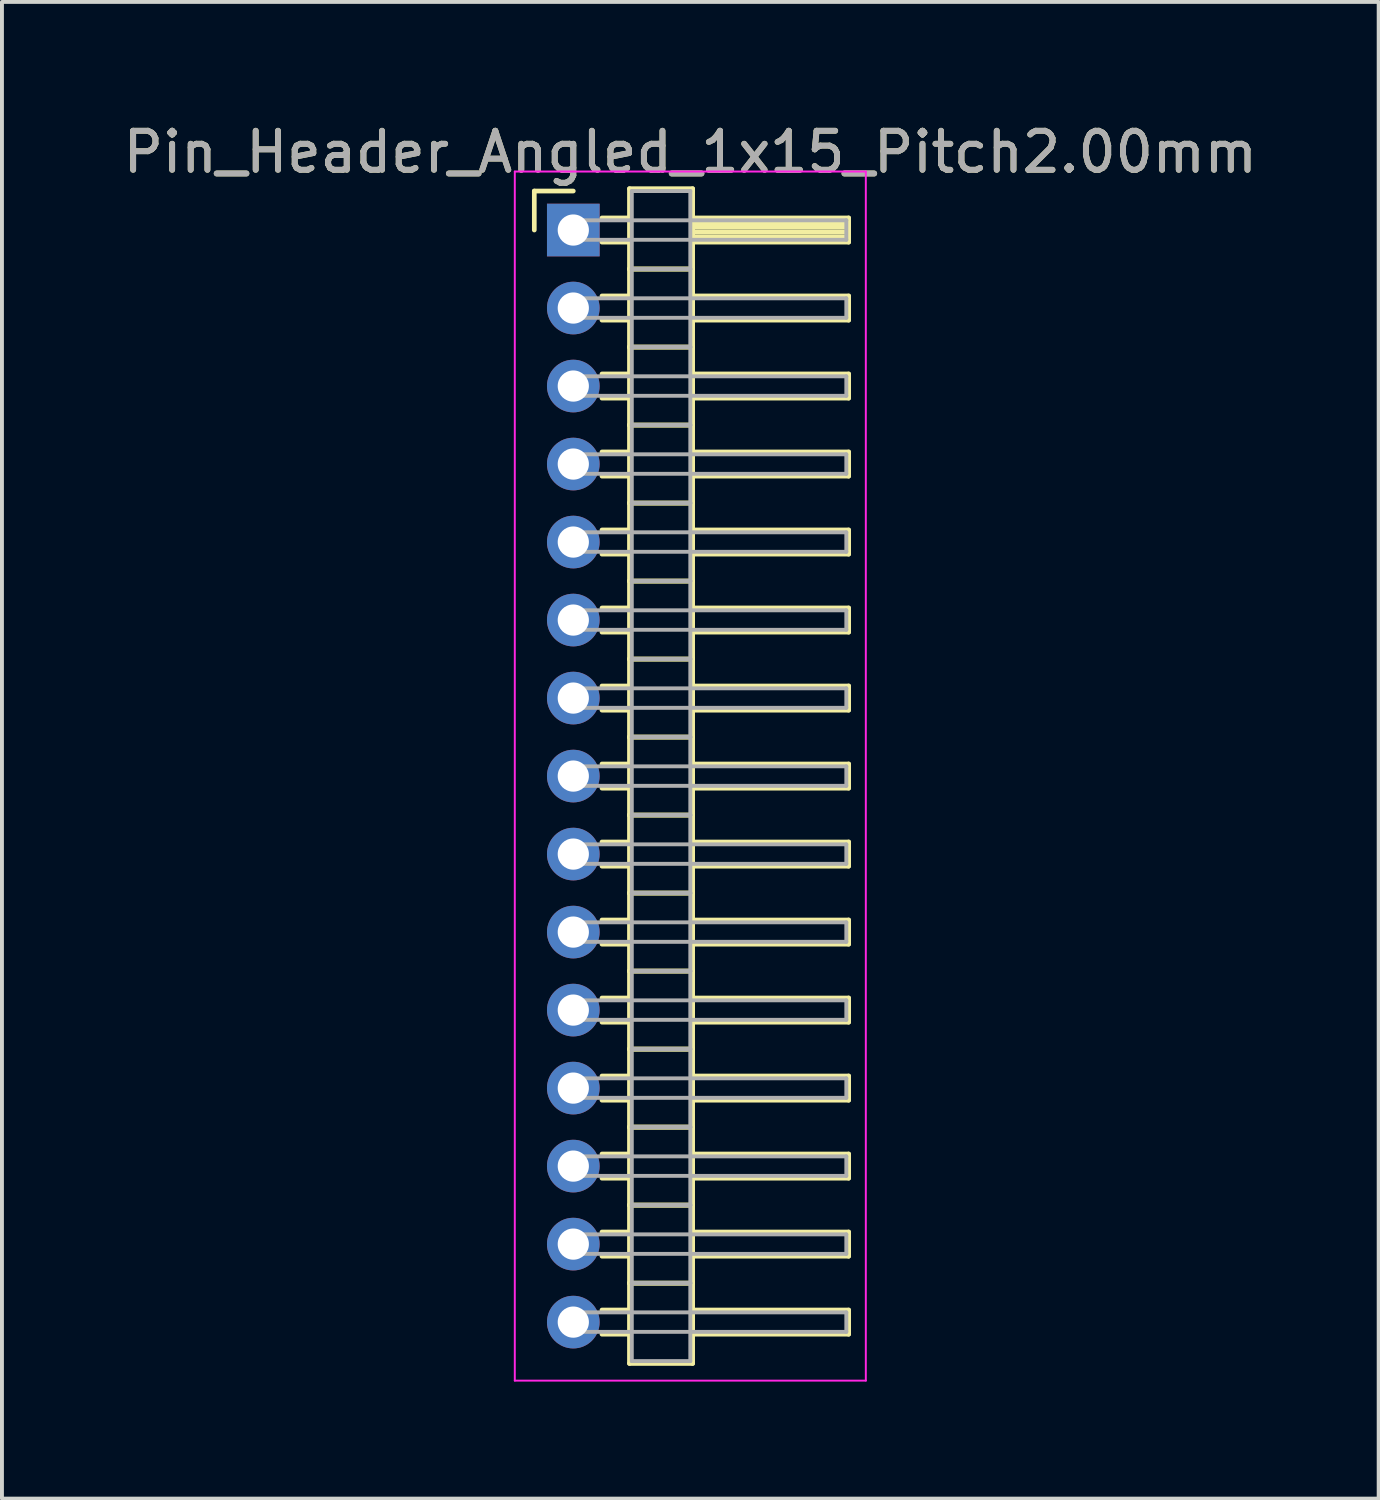
<source format=kicad_pcb>
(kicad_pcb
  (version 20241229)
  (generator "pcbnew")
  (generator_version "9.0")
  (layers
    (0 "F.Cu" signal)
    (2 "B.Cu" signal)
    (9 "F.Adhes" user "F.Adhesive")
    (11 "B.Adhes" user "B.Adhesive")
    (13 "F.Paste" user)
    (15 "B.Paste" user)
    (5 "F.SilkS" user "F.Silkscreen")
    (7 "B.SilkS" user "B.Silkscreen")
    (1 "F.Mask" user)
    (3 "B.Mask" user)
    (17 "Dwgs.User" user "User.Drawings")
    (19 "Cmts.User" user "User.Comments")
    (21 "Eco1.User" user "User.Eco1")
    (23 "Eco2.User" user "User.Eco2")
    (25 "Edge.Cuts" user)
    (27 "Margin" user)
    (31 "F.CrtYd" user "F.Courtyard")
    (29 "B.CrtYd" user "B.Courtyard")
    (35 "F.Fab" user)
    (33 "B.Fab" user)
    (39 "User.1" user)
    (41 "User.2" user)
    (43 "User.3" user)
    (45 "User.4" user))
  (footprint "Pin_Header_Angled_1x15_Pitch2.00mm"
    (layer "F.Cu")
    (at 11.649 2.848)
    (property "Reference" "Pin_Header_Angled_1x15_Pitch2.00mm" (at 3 -2 0) (layer "F.SilkS") (effects (font (size 1 1) (thickness 0.15))))
    (attr through_hole)
    (fp_line (start -1 -1) (end 0 -1) (stroke (width 0.12) (type solid)) (layer "F.SilkS"))
    (fp_line (start -1 0) (end -1 -1) (stroke (width 0.12) (type solid)) (layer "F.SilkS"))
    (fp_line (start 0.735 -0.31) (end 1.44 -0.31) (stroke (width 0.12) (type solid)) (layer "F.SilkS"))
    (fp_line (start 0.735 0.31) (end 1.44 0.31) (stroke (width 0.12) (type solid)) (layer "F.SilkS"))
    (fp_line (start 0.735 1.69) (end 1.44 1.69) (stroke (width 0.12) (type solid)) (layer "F.SilkS"))
    (fp_line (start 0.735 2.31) (end 1.44 2.31) (stroke (width 0.12) (type solid)) (layer "F.SilkS"))
    (fp_line (start 0.735 3.69) (end 1.44 3.69) (stroke (width 0.12) (type solid)) (layer "F.SilkS"))
    (fp_line (start 0.735 4.31) (end 1.44 4.31) (stroke (width 0.12) (type solid)) (layer "F.SilkS"))
    (fp_line (start 0.735 5.69) (end 1.44 5.69) (stroke (width 0.12) (type solid)) (layer "F.SilkS"))
    (fp_line (start 0.735 6.31) (end 1.44 6.31) (stroke (width 0.12) (type solid)) (layer "F.SilkS"))
    (fp_line (start 0.735 7.69) (end 1.44 7.69) (stroke (width 0.12) (type solid)) (layer "F.SilkS"))
    (fp_line (start 0.735 8.31) (end 1.44 8.31) (stroke (width 0.12) (type solid)) (layer "F.SilkS"))
    (fp_line (start 0.735 9.69) (end 1.44 9.69) (stroke (width 0.12) (type solid)) (layer "F.SilkS"))
    (fp_line (start 0.735 10.31) (end 1.44 10.31) (stroke (width 0.12) (type solid)) (layer "F.SilkS"))
    (fp_line (start 0.735 11.69) (end 1.44 11.69) (stroke (width 0.12) (type solid)) (layer "F.SilkS"))
    (fp_line (start 0.735 12.31) (end 1.44 12.31) (stroke (width 0.12) (type solid)) (layer "F.SilkS"))
    (fp_line (start 0.735 13.69) (end 1.44 13.69) (stroke (width 0.12) (type solid)) (layer "F.SilkS"))
    (fp_line (start 0.735 14.31) (end 1.44 14.31) (stroke (width 0.12) (type solid)) (layer "F.SilkS"))
    (fp_line (start 0.735 15.69) (end 1.44 15.69) (stroke (width 0.12) (type solid)) (layer "F.SilkS"))
    (fp_line (start 0.735 16.31) (end 1.44 16.31) (stroke (width 0.12) (type solid)) (layer "F.SilkS"))
    (fp_line (start 0.735 17.69) (end 1.44 17.69) (stroke (width 0.12) (type solid)) (layer "F.SilkS"))
    (fp_line (start 0.735 18.31) (end 1.44 18.31) (stroke (width 0.12) (type solid)) (layer "F.SilkS"))
    (fp_line (start 0.735 19.69) (end 1.44 19.69) (stroke (width 0.12) (type solid)) (layer "F.SilkS"))
    (fp_line (start 0.735 20.31) (end 1.44 20.31) (stroke (width 0.12) (type solid)) (layer "F.SilkS"))
    (fp_line (start 0.735 21.69) (end 1.44 21.69) (stroke (width 0.12) (type solid)) (layer "F.SilkS"))
    (fp_line (start 0.735 22.31) (end 1.44 22.31) (stroke (width 0.12) (type solid)) (layer "F.SilkS"))
    (fp_line (start 0.735 23.69) (end 1.44 23.69) (stroke (width 0.12) (type solid)) (layer "F.SilkS"))
    (fp_line (start 0.735 24.31) (end 1.44 24.31) (stroke (width 0.12) (type solid)) (layer "F.SilkS"))
    (fp_line (start 0.735 25.69) (end 1.44 25.69) (stroke (width 0.12) (type solid)) (layer "F.SilkS"))
    (fp_line (start 0.735 26.31) (end 1.44 26.31) (stroke (width 0.12) (type solid)) (layer "F.SilkS"))
    (fp_line (start 0.735 27.69) (end 1.44 27.69) (stroke (width 0.12) (type solid)) (layer "F.SilkS"))
    (fp_line (start 0.735 28.31) (end 1.44 28.31) (stroke (width 0.12) (type solid)) (layer "F.SilkS"))
    (fp_line (start 1.44 -1.06) (end 1.44 1) (stroke (width 0.12) (type solid)) (layer "F.SilkS"))
    (fp_line (start 1.44 1) (end 1.44 3) (stroke (width 0.12) (type solid)) (layer "F.SilkS"))
    (fp_line (start 1.44 1) (end 3.06 1) (stroke (width 0.12) (type solid)) (layer "F.SilkS"))
    (fp_line (start 1.44 3) (end 1.44 5) (stroke (width 0.12) (type solid)) (layer "F.SilkS"))
    (fp_line (start 1.44 3) (end 3.06 3) (stroke (width 0.12) (type solid)) (layer "F.SilkS"))
    (fp_line (start 1.44 5) (end 1.44 7) (stroke (width 0.12) (type solid)) (layer "F.SilkS"))
    (fp_line (start 1.44 5) (end 3.06 5) (stroke (width 0.12) (type solid)) (layer "F.SilkS"))
    (fp_line (start 1.44 7) (end 1.44 9) (stroke (width 0.12) (type solid)) (layer "F.SilkS"))
    (fp_line (start 1.44 7) (end 3.06 7) (stroke (width 0.12) (type solid)) (layer "F.SilkS"))
    (fp_line (start 1.44 9) (end 1.44 11) (stroke (width 0.12) (type solid)) (layer "F.SilkS"))
    (fp_line (start 1.44 9) (end 3.06 9) (stroke (width 0.12) (type solid)) (layer "F.SilkS"))
    (fp_line (start 1.44 11) (end 1.44 13) (stroke (width 0.12) (type solid)) (layer "F.SilkS"))
    (fp_line (start 1.44 11) (end 3.06 11) (stroke (width 0.12) (type solid)) (layer "F.SilkS"))
    (fp_line (start 1.44 13) (end 1.44 15) (stroke (width 0.12) (type solid)) (layer "F.SilkS"))
    (fp_line (start 1.44 13) (end 3.06 13) (stroke (width 0.12) (type solid)) (layer "F.SilkS"))
    (fp_line (start 1.44 15) (end 1.44 17) (stroke (width 0.12) (type solid)) (layer "F.SilkS"))
    (fp_line (start 1.44 15) (end 3.06 15) (stroke (width 0.12) (type solid)) (layer "F.SilkS"))
    (fp_line (start 1.44 17) (end 1.44 19) (stroke (width 0.12) (type solid)) (layer "F.SilkS"))
    (fp_line (start 1.44 17) (end 3.06 17) (stroke (width 0.12) (type solid)) (layer "F.SilkS"))
    (fp_line (start 1.44 19) (end 1.44 21) (stroke (width 0.12) (type solid)) (layer "F.SilkS"))
    (fp_line (start 1.44 19) (end 3.06 19) (stroke (width 0.12) (type solid)) (layer "F.SilkS"))
    (fp_line (start 1.44 21) (end 1.44 23) (stroke (width 0.12) (type solid)) (layer "F.SilkS"))
    (fp_line (start 1.44 21) (end 3.06 21) (stroke (width 0.12) (type solid)) (layer "F.SilkS"))
    (fp_line (start 1.44 23) (end 1.44 25) (stroke (width 0.12) (type solid)) (layer "F.SilkS"))
    (fp_line (start 1.44 23) (end 3.06 23) (stroke (width 0.12) (type solid)) (layer "F.SilkS"))
    (fp_line (start 1.44 25) (end 1.44 27) (stroke (width 0.12) (type solid)) (layer "F.SilkS"))
    (fp_line (start 1.44 25) (end 3.06 25) (stroke (width 0.12) (type solid)) (layer "F.SilkS"))
    (fp_line (start 1.44 27) (end 1.44 29.06) (stroke (width 0.12) (type solid)) (layer "F.SilkS"))
    (fp_line (start 1.44 27) (end 3.06 27) (stroke (width 0.12) (type solid)) (layer "F.SilkS"))
    (fp_line (start 1.44 29.06) (end 3.06 29.06) (stroke (width 0.12) (type solid)) (layer "F.SilkS"))
    (fp_line (start 3.06 -1.06) (end 1.44 -1.06) (stroke (width 0.12) (type solid)) (layer "F.SilkS"))
    (fp_line (start 3.06 -0.31) (end 3.06 0.31) (stroke (width 0.12) (type solid)) (layer "F.SilkS"))
    (fp_line (start 3.06 -0.19) (end 7.06 -0.19) (stroke (width 0.12) (type solid)) (layer "F.SilkS"))
    (fp_line (start 3.06 -0.07) (end 7.06 -0.07) (stroke (width 0.12) (type solid)) (layer "F.SilkS"))
    (fp_line (start 3.06 0.05) (end 7.06 0.05) (stroke (width 0.12) (type solid)) (layer "F.SilkS"))
    (fp_line (start 3.06 0.17) (end 7.06 0.17) (stroke (width 0.12) (type solid)) (layer "F.SilkS"))
    (fp_line (start 3.06 0.29) (end 7.06 0.29) (stroke (width 0.12) (type solid)) (layer "F.SilkS"))
    (fp_line (start 3.06 0.31) (end 7.06 0.31) (stroke (width 0.12) (type solid)) (layer "F.SilkS"))
    (fp_line (start 3.06 1) (end 1.44 1) (stroke (width 0.12) (type solid)) (layer "F.SilkS"))
    (fp_line (start 3.06 1) (end 3.06 -1.06) (stroke (width 0.12) (type solid)) (layer "F.SilkS"))
    (fp_line (start 3.06 1.69) (end 3.06 2.31) (stroke (width 0.12) (type solid)) (layer "F.SilkS"))
    (fp_line (start 3.06 2.31) (end 7.06 2.31) (stroke (width 0.12) (type solid)) (layer "F.SilkS"))
    (fp_line (start 3.06 3) (end 1.44 3) (stroke (width 0.12) (type solid)) (layer "F.SilkS"))
    (fp_line (start 3.06 3) (end 3.06 1) (stroke (width 0.12) (type solid)) (layer "F.SilkS"))
    (fp_line (start 3.06 3.69) (end 3.06 4.31) (stroke (width 0.12) (type solid)) (layer "F.SilkS"))
    (fp_line (start 3.06 4.31) (end 7.06 4.31) (stroke (width 0.12) (type solid)) (layer "F.SilkS"))
    (fp_line (start 3.06 5) (end 1.44 5) (stroke (width 0.12) (type solid)) (layer "F.SilkS"))
    (fp_line (start 3.06 5) (end 3.06 3) (stroke (width 0.12) (type solid)) (layer "F.SilkS"))
    (fp_line (start 3.06 5.69) (end 3.06 6.31) (stroke (width 0.12) (type solid)) (layer "F.SilkS"))
    (fp_line (start 3.06 6.31) (end 7.06 6.31) (stroke (width 0.12) (type solid)) (layer "F.SilkS"))
    (fp_line (start 3.06 7) (end 1.44 7) (stroke (width 0.12) (type solid)) (layer "F.SilkS"))
    (fp_line (start 3.06 7) (end 3.06 5) (stroke (width 0.12) (type solid)) (layer "F.SilkS"))
    (fp_line (start 3.06 7.69) (end 3.06 8.31) (stroke (width 0.12) (type solid)) (layer "F.SilkS"))
    (fp_line (start 3.06 8.31) (end 7.06 8.31) (stroke (width 0.12) (type solid)) (layer "F.SilkS"))
    (fp_line (start 3.06 9) (end 1.44 9) (stroke (width 0.12) (type solid)) (layer "F.SilkS"))
    (fp_line (start 3.06 9) (end 3.06 7) (stroke (width 0.12) (type solid)) (layer "F.SilkS"))
    (fp_line (start 3.06 9.69) (end 3.06 10.31) (stroke (width 0.12) (type solid)) (layer "F.SilkS"))
    (fp_line (start 3.06 10.31) (end 7.06 10.31) (stroke (width 0.12) (type solid)) (layer "F.SilkS"))
    (fp_line (start 3.06 11) (end 1.44 11) (stroke (width 0.12) (type solid)) (layer "F.SilkS"))
    (fp_line (start 3.06 11) (end 3.06 9) (stroke (width 0.12) (type solid)) (layer "F.SilkS"))
    (fp_line (start 3.06 11.69) (end 3.06 12.31) (stroke (width 0.12) (type solid)) (layer "F.SilkS"))
    (fp_line (start 3.06 12.31) (end 7.06 12.31) (stroke (width 0.12) (type solid)) (layer "F.SilkS"))
    (fp_line (start 3.06 13) (end 1.44 13) (stroke (width 0.12) (type solid)) (layer "F.SilkS"))
    (fp_line (start 3.06 13) (end 3.06 11) (stroke (width 0.12) (type solid)) (layer "F.SilkS"))
    (fp_line (start 3.06 13.69) (end 3.06 14.31) (stroke (width 0.12) (type solid)) (layer "F.SilkS"))
    (fp_line (start 3.06 14.31) (end 7.06 14.31) (stroke (width 0.12) (type solid)) (layer "F.SilkS"))
    (fp_line (start 3.06 15) (end 1.44 15) (stroke (width 0.12) (type solid)) (layer "F.SilkS"))
    (fp_line (start 3.06 15) (end 3.06 13) (stroke (width 0.12) (type solid)) (layer "F.SilkS"))
    (fp_line (start 3.06 15.69) (end 3.06 16.31) (stroke (width 0.12) (type solid)) (layer "F.SilkS"))
    (fp_line (start 3.06 16.31) (end 7.06 16.31) (stroke (width 0.12) (type solid)) (layer "F.SilkS"))
    (fp_line (start 3.06 17) (end 1.44 17) (stroke (width 0.12) (type solid)) (layer "F.SilkS"))
    (fp_line (start 3.06 17) (end 3.06 15) (stroke (width 0.12) (type solid)) (layer "F.SilkS"))
    (fp_line (start 3.06 17.69) (end 3.06 18.31) (stroke (width 0.12) (type solid)) (layer "F.SilkS"))
    (fp_line (start 3.06 18.31) (end 7.06 18.31) (stroke (width 0.12) (type solid)) (layer "F.SilkS"))
    (fp_line (start 3.06 19) (end 1.44 19) (stroke (width 0.12) (type solid)) (layer "F.SilkS"))
    (fp_line (start 3.06 19) (end 3.06 17) (stroke (width 0.12) (type solid)) (layer "F.SilkS"))
    (fp_line (start 3.06 19.69) (end 3.06 20.31) (stroke (width 0.12) (type solid)) (layer "F.SilkS"))
    (fp_line (start 3.06 20.31) (end 7.06 20.31) (stroke (width 0.12) (type solid)) (layer "F.SilkS"))
    (fp_line (start 3.06 21) (end 1.44 21) (stroke (width 0.12) (type solid)) (layer "F.SilkS"))
    (fp_line (start 3.06 21) (end 3.06 19) (stroke (width 0.12) (type solid)) (layer "F.SilkS"))
    (fp_line (start 3.06 21.69) (end 3.06 22.31) (stroke (width 0.12) (type solid)) (layer "F.SilkS"))
    (fp_line (start 3.06 22.31) (end 7.06 22.31) (stroke (width 0.12) (type solid)) (layer "F.SilkS"))
    (fp_line (start 3.06 23) (end 1.44 23) (stroke (width 0.12) (type solid)) (layer "F.SilkS"))
    (fp_line (start 3.06 23) (end 3.06 21) (stroke (width 0.12) (type solid)) (layer "F.SilkS"))
    (fp_line (start 3.06 23.69) (end 3.06 24.31) (stroke (width 0.12) (type solid)) (layer "F.SilkS"))
    (fp_line (start 3.06 24.31) (end 7.06 24.31) (stroke (width 0.12) (type solid)) (layer "F.SilkS"))
    (fp_line (start 3.06 25) (end 1.44 25) (stroke (width 0.12) (type solid)) (layer "F.SilkS"))
    (fp_line (start 3.06 25) (end 3.06 23) (stroke (width 0.12) (type solid)) (layer "F.SilkS"))
    (fp_line (start 3.06 25.69) (end 3.06 26.31) (stroke (width 0.12) (type solid)) (layer "F.SilkS"))
    (fp_line (start 3.06 26.31) (end 7.06 26.31) (stroke (width 0.12) (type solid)) (layer "F.SilkS"))
    (fp_line (start 3.06 27) (end 1.44 27) (stroke (width 0.12) (type solid)) (layer "F.SilkS"))
    (fp_line (start 3.06 27) (end 3.06 25) (stroke (width 0.12) (type solid)) (layer "F.SilkS"))
    (fp_line (start 3.06 27.69) (end 3.06 28.31) (stroke (width 0.12) (type solid)) (layer "F.SilkS"))
    (fp_line (start 3.06 28.31) (end 7.06 28.31) (stroke (width 0.12) (type solid)) (layer "F.SilkS"))
    (fp_line (start 3.06 29.06) (end 3.06 27) (stroke (width 0.12) (type solid)) (layer "F.SilkS"))
    (fp_line (start 7.06 -0.31) (end 3.06 -0.31) (stroke (width 0.12) (type solid)) (layer "F.SilkS"))
    (fp_line (start 7.06 0.31) (end 7.06 -0.31) (stroke (width 0.12) (type solid)) (layer "F.SilkS"))
    (fp_line (start 7.06 1.69) (end 3.06 1.69) (stroke (width 0.12) (type solid)) (layer "F.SilkS"))
    (fp_line (start 7.06 2.31) (end 7.06 1.69) (stroke (width 0.12) (type solid)) (layer "F.SilkS"))
    (fp_line (start 7.06 3.69) (end 3.06 3.69) (stroke (width 0.12) (type solid)) (layer "F.SilkS"))
    (fp_line (start 7.06 4.31) (end 7.06 3.69) (stroke (width 0.12) (type solid)) (layer "F.SilkS"))
    (fp_line (start 7.06 5.69) (end 3.06 5.69) (stroke (width 0.12) (type solid)) (layer "F.SilkS"))
    (fp_line (start 7.06 6.31) (end 7.06 5.69) (stroke (width 0.12) (type solid)) (layer "F.SilkS"))
    (fp_line (start 7.06 7.69) (end 3.06 7.69) (stroke (width 0.12) (type solid)) (layer "F.SilkS"))
    (fp_line (start 7.06 8.31) (end 7.06 7.69) (stroke (width 0.12) (type solid)) (layer "F.SilkS"))
    (fp_line (start 7.06 9.69) (end 3.06 9.69) (stroke (width 0.12) (type solid)) (layer "F.SilkS"))
    (fp_line (start 7.06 10.31) (end 7.06 9.69) (stroke (width 0.12) (type solid)) (layer "F.SilkS"))
    (fp_line (start 7.06 11.69) (end 3.06 11.69) (stroke (width 0.12) (type solid)) (layer "F.SilkS"))
    (fp_line (start 7.06 12.31) (end 7.06 11.69) (stroke (width 0.12) (type solid)) (layer "F.SilkS"))
    (fp_line (start 7.06 13.69) (end 3.06 13.69) (stroke (width 0.12) (type solid)) (layer "F.SilkS"))
    (fp_line (start 7.06 14.31) (end 7.06 13.69) (stroke (width 0.12) (type solid)) (layer "F.SilkS"))
    (fp_line (start 7.06 15.69) (end 3.06 15.69) (stroke (width 0.12) (type solid)) (layer "F.SilkS"))
    (fp_line (start 7.06 16.31) (end 7.06 15.69) (stroke (width 0.12) (type solid)) (layer "F.SilkS"))
    (fp_line (start 7.06 17.69) (end 3.06 17.69) (stroke (width 0.12) (type solid)) (layer "F.SilkS"))
    (fp_line (start 7.06 18.31) (end 7.06 17.69) (stroke (width 0.12) (type solid)) (layer "F.SilkS"))
    (fp_line (start 7.06 19.69) (end 3.06 19.69) (stroke (width 0.12) (type solid)) (layer "F.SilkS"))
    (fp_line (start 7.06 20.31) (end 7.06 19.69) (stroke (width 0.12) (type solid)) (layer "F.SilkS"))
    (fp_line (start 7.06 21.69) (end 3.06 21.69) (stroke (width 0.12) (type solid)) (layer "F.SilkS"))
    (fp_line (start 7.06 22.31) (end 7.06 21.69) (stroke (width 0.12) (type solid)) (layer "F.SilkS"))
    (fp_line (start 7.06 23.69) (end 3.06 23.69) (stroke (width 0.12) (type solid)) (layer "F.SilkS"))
    (fp_line (start 7.06 24.31) (end 7.06 23.69) (stroke (width 0.12) (type solid)) (layer "F.SilkS"))
    (fp_line (start 7.06 25.69) (end 3.06 25.69) (stroke (width 0.12) (type solid)) (layer "F.SilkS"))
    (fp_line (start 7.06 26.31) (end 7.06 25.69) (stroke (width 0.12) (type solid)) (layer "F.SilkS"))
    (fp_line (start 7.06 27.69) (end 3.06 27.69) (stroke (width 0.12) (type solid)) (layer "F.SilkS"))
    (fp_line (start 7.06 28.31) (end 7.06 27.69) (stroke (width 0.12) (type solid)) (layer "F.SilkS"))
    (fp_line (start -1.5 -1.5) (end -1.5 29.5) (stroke (width 0.05) (type solid)) (layer "F.CrtYd"))
    (fp_line (start -1.5 29.5) (end 7.5 29.5) (stroke (width 0.05) (type solid)) (layer "F.CrtYd"))
    (fp_line (start 7.5 -1.5) (end -1.5 -1.5) (stroke (width 0.05) (type solid)) (layer "F.CrtYd"))
    (fp_line (start 7.5 29.5) (end 7.5 -1.5) (stroke (width 0.05) (type solid)) (layer "F.CrtYd"))
    (fp_line (start 0 -0.25) (end 0 0.25) (stroke (width 0.1) (type solid)) (layer "F.Fab"))
    (fp_line (start 0 0.25) (end 7 0.25) (stroke (width 0.1) (type solid)) (layer "F.Fab"))
    (fp_line (start 0 1.75) (end 0 2.25) (stroke (width 0.1) (type solid)) (layer "F.Fab"))
    (fp_line (start 0 2.25) (end 7 2.25) (stroke (width 0.1) (type solid)) (layer "F.Fab"))
    (fp_line (start 0 3.75) (end 0 4.25) (stroke (width 0.1) (type solid)) (layer "F.Fab"))
    (fp_line (start 0 4.25) (end 7 4.25) (stroke (width 0.1) (type solid)) (layer "F.Fab"))
    (fp_line (start 0 5.75) (end 0 6.25) (stroke (width 0.1) (type solid)) (layer "F.Fab"))
    (fp_line (start 0 6.25) (end 7 6.25) (stroke (width 0.1) (type solid)) (layer "F.Fab"))
    (fp_line (start 0 7.75) (end 0 8.25) (stroke (width 0.1) (type solid)) (layer "F.Fab"))
    (fp_line (start 0 8.25) (end 7 8.25) (stroke (width 0.1) (type solid)) (layer "F.Fab"))
    (fp_line (start 0 9.75) (end 0 10.25) (stroke (width 0.1) (type solid)) (layer "F.Fab"))
    (fp_line (start 0 10.25) (end 7 10.25) (stroke (width 0.1) (type solid)) (layer "F.Fab"))
    (fp_line (start 0 11.75) (end 0 12.25) (stroke (width 0.1) (type solid)) (layer "F.Fab"))
    (fp_line (start 0 12.25) (end 7 12.25) (stroke (width 0.1) (type solid)) (layer "F.Fab"))
    (fp_line (start 0 13.75) (end 0 14.25) (stroke (width 0.1) (type solid)) (layer "F.Fab"))
    (fp_line (start 0 14.25) (end 7 14.25) (stroke (width 0.1) (type solid)) (layer "F.Fab"))
    (fp_line (start 0 15.75) (end 0 16.25) (stroke (width 0.1) (type solid)) (layer "F.Fab"))
    (fp_line (start 0 16.25) (end 7 16.25) (stroke (width 0.1) (type solid)) (layer "F.Fab"))
    (fp_line (start 0 17.75) (end 0 18.25) (stroke (width 0.1) (type solid)) (layer "F.Fab"))
    (fp_line (start 0 18.25) (end 7 18.25) (stroke (width 0.1) (type solid)) (layer "F.Fab"))
    (fp_line (start 0 19.75) (end 0 20.25) (stroke (width 0.1) (type solid)) (layer "F.Fab"))
    (fp_line (start 0 20.25) (end 7 20.25) (stroke (width 0.1) (type solid)) (layer "F.Fab"))
    (fp_line (start 0 21.75) (end 0 22.25) (stroke (width 0.1) (type solid)) (layer "F.Fab"))
    (fp_line (start 0 22.25) (end 7 22.25) (stroke (width 0.1) (type solid)) (layer "F.Fab"))
    (fp_line (start 0 23.75) (end 0 24.25) (stroke (width 0.1) (type solid)) (layer "F.Fab"))
    (fp_line (start 0 24.25) (end 7 24.25) (stroke (width 0.1) (type solid)) (layer "F.Fab"))
    (fp_line (start 0 25.75) (end 0 26.25) (stroke (width 0.1) (type solid)) (layer "F.Fab"))
    (fp_line (start 0 26.25) (end 7 26.25) (stroke (width 0.1) (type solid)) (layer "F.Fab"))
    (fp_line (start 0 27.75) (end 0 28.25) (stroke (width 0.1) (type solid)) (layer "F.Fab"))
    (fp_line (start 0 28.25) (end 7 28.25) (stroke (width 0.1) (type solid)) (layer "F.Fab"))
    (fp_line (start 1.5 -1) (end 1.5 1) (stroke (width 0.1) (type solid)) (layer "F.Fab"))
    (fp_line (start 1.5 1) (end 1.5 3) (stroke (width 0.1) (type solid)) (layer "F.Fab"))
    (fp_line (start 1.5 1) (end 3 1) (stroke (width 0.1) (type solid)) (layer "F.Fab"))
    (fp_line (start 1.5 3) (end 1.5 5) (stroke (width 0.1) (type solid)) (layer "F.Fab"))
    (fp_line (start 1.5 3) (end 3 3) (stroke (width 0.1) (type solid)) (layer "F.Fab"))
    (fp_line (start 1.5 5) (end 1.5 7) (stroke (width 0.1) (type solid)) (layer "F.Fab"))
    (fp_line (start 1.5 5) (end 3 5) (stroke (width 0.1) (type solid)) (layer "F.Fab"))
    (fp_line (start 1.5 7) (end 1.5 9) (stroke (width 0.1) (type solid)) (layer "F.Fab"))
    (fp_line (start 1.5 7) (end 3 7) (stroke (width 0.1) (type solid)) (layer "F.Fab"))
    (fp_line (start 1.5 9) (end 1.5 11) (stroke (width 0.1) (type solid)) (layer "F.Fab"))
    (fp_line (start 1.5 9) (end 3 9) (stroke (width 0.1) (type solid)) (layer "F.Fab"))
    (fp_line (start 1.5 11) (end 1.5 13) (stroke (width 0.1) (type solid)) (layer "F.Fab"))
    (fp_line (start 1.5 11) (end 3 11) (stroke (width 0.1) (type solid)) (layer "F.Fab"))
    (fp_line (start 1.5 13) (end 1.5 15) (stroke (width 0.1) (type solid)) (layer "F.Fab"))
    (fp_line (start 1.5 13) (end 3 13) (stroke (width 0.1) (type solid)) (layer "F.Fab"))
    (fp_line (start 1.5 15) (end 1.5 17) (stroke (width 0.1) (type solid)) (layer "F.Fab"))
    (fp_line (start 1.5 15) (end 3 15) (stroke (width 0.1) (type solid)) (layer "F.Fab"))
    (fp_line (start 1.5 17) (end 1.5 19) (stroke (width 0.1) (type solid)) (layer "F.Fab"))
    (fp_line (start 1.5 17) (end 3 17) (stroke (width 0.1) (type solid)) (layer "F.Fab"))
    (fp_line (start 1.5 19) (end 1.5 21) (stroke (width 0.1) (type solid)) (layer "F.Fab"))
    (fp_line (start 1.5 19) (end 3 19) (stroke (width 0.1) (type solid)) (layer "F.Fab"))
    (fp_line (start 1.5 21) (end 1.5 23) (stroke (width 0.1) (type solid)) (layer "F.Fab"))
    (fp_line (start 1.5 21) (end 3 21) (stroke (width 0.1) (type solid)) (layer "F.Fab"))
    (fp_line (start 1.5 23) (end 1.5 25) (stroke (width 0.1) (type solid)) (layer "F.Fab"))
    (fp_line (start 1.5 23) (end 3 23) (stroke (width 0.1) (type solid)) (layer "F.Fab"))
    (fp_line (start 1.5 25) (end 1.5 27) (stroke (width 0.1) (type solid)) (layer "F.Fab"))
    (fp_line (start 1.5 25) (end 3 25) (stroke (width 0.1) (type solid)) (layer "F.Fab"))
    (fp_line (start 1.5 27) (end 1.5 29) (stroke (width 0.1) (type solid)) (layer "F.Fab"))
    (fp_line (start 1.5 27) (end 3 27) (stroke (width 0.1) (type solid)) (layer "F.Fab"))
    (fp_line (start 1.5 29) (end 3 29) (stroke (width 0.1) (type solid)) (layer "F.Fab"))
    (fp_line (start 3 -1) (end 1.5 -1) (stroke (width 0.1) (type solid)) (layer "F.Fab"))
    (fp_line (start 3 1) (end 1.5 1) (stroke (width 0.1) (type solid)) (layer "F.Fab"))
    (fp_line (start 3 1) (end 3 -1) (stroke (width 0.1) (type solid)) (layer "F.Fab"))
    (fp_line (start 3 3) (end 1.5 3) (stroke (width 0.1) (type solid)) (layer "F.Fab"))
    (fp_line (start 3 3) (end 3 1) (stroke (width 0.1) (type solid)) (layer "F.Fab"))
    (fp_line (start 3 5) (end 1.5 5) (stroke (width 0.1) (type solid)) (layer "F.Fab"))
    (fp_line (start 3 5) (end 3 3) (stroke (width 0.1) (type solid)) (layer "F.Fab"))
    (fp_line (start 3 7) (end 1.5 7) (stroke (width 0.1) (type solid)) (layer "F.Fab"))
    (fp_line (start 3 7) (end 3 5) (stroke (width 0.1) (type solid)) (layer "F.Fab"))
    (fp_line (start 3 9) (end 1.5 9) (stroke (width 0.1) (type solid)) (layer "F.Fab"))
    (fp_line (start 3 9) (end 3 7) (stroke (width 0.1) (type solid)) (layer "F.Fab"))
    (fp_line (start 3 11) (end 1.5 11) (stroke (width 0.1) (type solid)) (layer "F.Fab"))
    (fp_line (start 3 11) (end 3 9) (stroke (width 0.1) (type solid)) (layer "F.Fab"))
    (fp_line (start 3 13) (end 1.5 13) (stroke (width 0.1) (type solid)) (layer "F.Fab"))
    (fp_line (start 3 13) (end 3 11) (stroke (width 0.1) (type solid)) (layer "F.Fab"))
    (fp_line (start 3 15) (end 1.5 15) (stroke (width 0.1) (type solid)) (layer "F.Fab"))
    (fp_line (start 3 15) (end 3 13) (stroke (width 0.1) (type solid)) (layer "F.Fab"))
    (fp_line (start 3 17) (end 1.5 17) (stroke (width 0.1) (type solid)) (layer "F.Fab"))
    (fp_line (start 3 17) (end 3 15) (stroke (width 0.1) (type solid)) (layer "F.Fab"))
    (fp_line (start 3 19) (end 1.5 19) (stroke (width 0.1) (type solid)) (layer "F.Fab"))
    (fp_line (start 3 19) (end 3 17) (stroke (width 0.1) (type solid)) (layer "F.Fab"))
    (fp_line (start 3 21) (end 1.5 21) (stroke (width 0.1) (type solid)) (layer "F.Fab"))
    (fp_line (start 3 21) (end 3 19) (stroke (width 0.1) (type solid)) (layer "F.Fab"))
    (fp_line (start 3 23) (end 1.5 23) (stroke (width 0.1) (type solid)) (layer "F.Fab"))
    (fp_line (start 3 23) (end 3 21) (stroke (width 0.1) (type solid)) (layer "F.Fab"))
    (fp_line (start 3 25) (end 1.5 25) (stroke (width 0.1) (type solid)) (layer "F.Fab"))
    (fp_line (start 3 25) (end 3 23) (stroke (width 0.1) (type solid)) (layer "F.Fab"))
    (fp_line (start 3 27) (end 1.5 27) (stroke (width 0.1) (type solid)) (layer "F.Fab"))
    (fp_line (start 3 27) (end 3 25) (stroke (width 0.1) (type solid)) (layer "F.Fab"))
    (fp_line (start 3 29) (end 3 27) (stroke (width 0.1) (type solid)) (layer "F.Fab"))
    (fp_line (start 7 -0.25) (end 0 -0.25) (stroke (width 0.1) (type solid)) (layer "F.Fab"))
    (fp_line (start 7 0.25) (end 7 -0.25) (stroke (width 0.1) (type solid)) (layer "F.Fab"))
    (fp_line (start 7 1.75) (end 0 1.75) (stroke (width 0.1) (type solid)) (layer "F.Fab"))
    (fp_line (start 7 2.25) (end 7 1.75) (stroke (width 0.1) (type solid)) (layer "F.Fab"))
    (fp_line (start 7 3.75) (end 0 3.75) (stroke (width 0.1) (type solid)) (layer "F.Fab"))
    (fp_line (start 7 4.25) (end 7 3.75) (stroke (width 0.1) (type solid)) (layer "F.Fab"))
    (fp_line (start 7 5.75) (end 0 5.75) (stroke (width 0.1) (type solid)) (layer "F.Fab"))
    (fp_line (start 7 6.25) (end 7 5.75) (stroke (width 0.1) (type solid)) (layer "F.Fab"))
    (fp_line (start 7 7.75) (end 0 7.75) (stroke (width 0.1) (type solid)) (layer "F.Fab"))
    (fp_line (start 7 8.25) (end 7 7.75) (stroke (width 0.1) (type solid)) (layer "F.Fab"))
    (fp_line (start 7 9.75) (end 0 9.75) (stroke (width 0.1) (type solid)) (layer "F.Fab"))
    (fp_line (start 7 10.25) (end 7 9.75) (stroke (width 0.1) (type solid)) (layer "F.Fab"))
    (fp_line (start 7 11.75) (end 0 11.75) (stroke (width 0.1) (type solid)) (layer "F.Fab"))
    (fp_line (start 7 12.25) (end 7 11.75) (stroke (width 0.1) (type solid)) (layer "F.Fab"))
    (fp_line (start 7 13.75) (end 0 13.75) (stroke (width 0.1) (type solid)) (layer "F.Fab"))
    (fp_line (start 7 14.25) (end 7 13.75) (stroke (width 0.1) (type solid)) (layer "F.Fab"))
    (fp_line (start 7 15.75) (end 0 15.75) (stroke (width 0.1) (type solid)) (layer "F.Fab"))
    (fp_line (start 7 16.25) (end 7 15.75) (stroke (width 0.1) (type solid)) (layer "F.Fab"))
    (fp_line (start 7 17.75) (end 0 17.75) (stroke (width 0.1) (type solid)) (layer "F.Fab"))
    (fp_line (start 7 18.25) (end 7 17.75) (stroke (width 0.1) (type solid)) (layer "F.Fab"))
    (fp_line (start 7 19.75) (end 0 19.75) (stroke (width 0.1) (type solid)) (layer "F.Fab"))
    (fp_line (start 7 20.25) (end 7 19.75) (stroke (width 0.1) (type solid)) (layer "F.Fab"))
    (fp_line (start 7 21.75) (end 0 21.75) (stroke (width 0.1) (type solid)) (layer "F.Fab"))
    (fp_line (start 7 22.25) (end 7 21.75) (stroke (width 0.1) (type solid)) (layer "F.Fab"))
    (fp_line (start 7 23.75) (end 0 23.75) (stroke (width 0.1) (type solid)) (layer "F.Fab"))
    (fp_line (start 7 24.25) (end 7 23.75) (stroke (width 0.1) (type solid)) (layer "F.Fab"))
    (fp_line (start 7 25.75) (end 0 25.75) (stroke (width 0.1) (type solid)) (layer "F.Fab"))
    (fp_line (start 7 26.25) (end 7 25.75) (stroke (width 0.1) (type solid)) (layer "F.Fab"))
    (fp_line (start 7 27.75) (end 0 27.75) (stroke (width 0.1) (type solid)) (layer "F.Fab"))
    (fp_line (start 7 28.25) (end 7 27.75) (stroke (width 0.1) (type solid)) (layer "F.Fab"))
    (fp_text user "${REFERENCE}" (at 3 -2 0) (layer "F.Fab") (effects (font (size 1 1) (thickness 0.15))))
    (pad "1" thru_hole rect (at 0 0) (size 1.35 1.35) (drill 0.8) (layers "*.Cu" "*.Mask"))
    (pad "2" thru_hole oval (at 0 2) (size 1.35 1.35) (drill 0.8) (layers "*.Cu" "*.Mask"))
    (pad "3" thru_hole oval (at 0 4) (size 1.35 1.35) (drill 0.8) (layers "*.Cu" "*.Mask"))
    (pad "4" thru_hole oval (at 0 6) (size 1.35 1.35) (drill 0.8) (layers "*.Cu" "*.Mask"))
    (pad "5" thru_hole oval (at 0 8) (size 1.35 1.35) (drill 0.8) (layers "*.Cu" "*.Mask"))
    (pad "6" thru_hole oval (at 0 10) (size 1.35 1.35) (drill 0.8) (layers "*.Cu" "*.Mask"))
    (pad "7" thru_hole oval (at 0 12) (size 1.35 1.35) (drill 0.8) (layers "*.Cu" "*.Mask"))
    (pad "8" thru_hole oval (at 0 14) (size 1.35 1.35) (drill 0.8) (layers "*.Cu" "*.Mask"))
    (pad "9" thru_hole oval (at 0 16) (size 1.35 1.35) (drill 0.8) (layers "*.Cu" "*.Mask"))
    (pad "10" thru_hole oval (at 0 18) (size 1.35 1.35) (drill 0.8) (layers "*.Cu" "*.Mask"))
    (pad "11" thru_hole oval (at 0 20) (size 1.35 1.35) (drill 0.8) (layers "*.Cu" "*.Mask"))
    (pad "12" thru_hole oval (at 0 22) (size 1.35 1.35) (drill 0.8) (layers "*.Cu" "*.Mask"))
    (pad "13" thru_hole oval (at 0 24) (size 1.35 1.35) (drill 0.8) (layers "*.Cu" "*.Mask"))
    (pad "14" thru_hole oval (at 0 26) (size 1.35 1.35) (drill 0.8) (layers "*.Cu" "*.Mask"))
    (pad "15" thru_hole oval (at 0 28) (size 1.35 1.35) (drill 0.8) (layers "*.Cu" "*.Mask")))
  (gr_rect
    (start -3 -3)
    (end 32.298 35.373)
    (stroke (width 0.1) (type default))
    (fill no)
    (layer "Edge.Cuts")))
</source>
